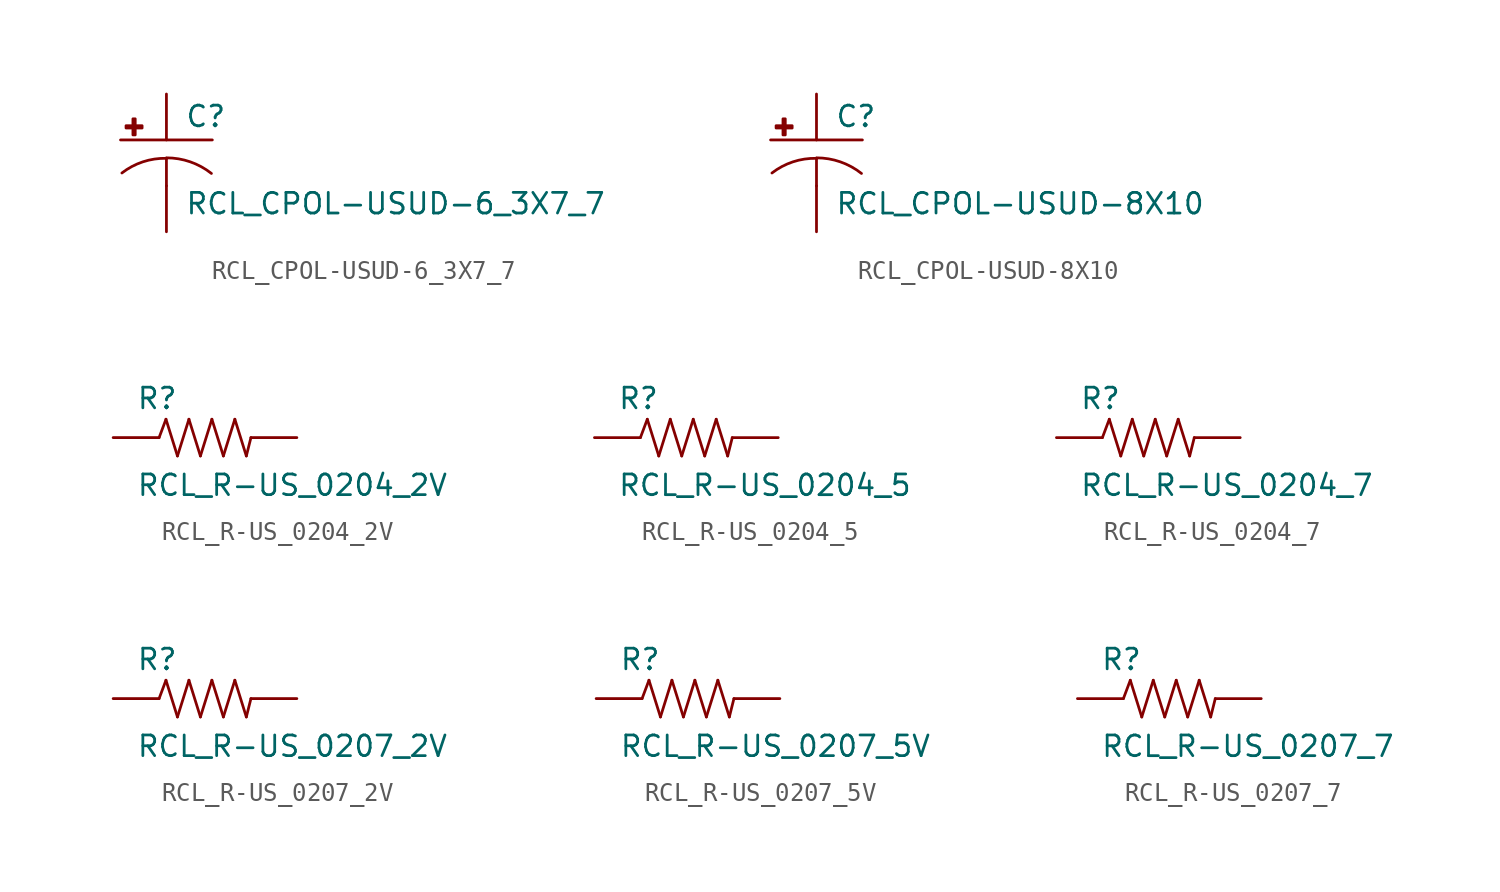
<source format=kicad_sym>
(kicad_symbol_lib
  (version 20210619)
  (generator kicad_symbol_editor)
  (symbol "RCL_CPOL-USUD-6_3X7_7"
    (pin_numbers hide)
    (pin_names
      (offset 1.016) hide)
    (property "Reference" "C"
      (at 1.016 0.635 0)
      (effects (font (size 1.143 1.143)) (justify left bottom)))
    (property "Value" "RCL_CPOL-USUD-6_3X7_7"
      (at 1.016 -4.191 0)
      (effects (font (size 1.143 1.143)) (justify left bottom)))
    (property "ki_locked" ""
      (at 0 0 0)
      (effects (font (size 1.27 1.27))))
    (symbol "RCL_CPOL-USUD-6_3X7_7_1_0"
      (polyline (pts (xy -2.54 0) (xy 2.54 0)) (stroke (width 0)) (fill (type none)))
      (polyline (pts (xy 0 -1.016) (xy 0 -2.54)) (stroke (width 0)) (fill (type none)))
      (polyline (pts (xy 0 -1.016) (xy 0 -1.016)) (stroke (width 0)) (fill (type none))))
    (symbol "RCL_CPOL-USUD-6_3X7_7_1_1"
      (arc (start 0 -1.016) (end -2.4638 -1.8288) (radius (at 0 -5.0546) (length 4.0386) (angles 90.1 127.3)) (stroke (width 0)) (fill (type none)))
      (arc (start 2.4892 -1.8542) (end 0 -0.9906) (radius (at 0 -5.0292) (length 4.0386) (angles 52.3 89.9)) (stroke (width 0)) (fill (type none)))
      (rectangle (start -2.235 0.66) (end -1.346 0.787) (stroke (width 0)) (fill (type outline)))
      (rectangle (start -1.854 0.279) (end -1.727 1.168) (stroke (width 0)) (fill (type outline)))
      (pin passive line (at 0 2.54 270) (length 2.54) (name "+" (effects (font (size 1.016 1.016)))) (number "+" (effects (font (size 1.016 1.016)))))
      (pin passive line (at 0 -5.08 90) (length 2.54) (name "-" (effects (font (size 1.016 1.016)))) (number "-" (effects (font (size 1.016 1.016)))))))
  (symbol "RCL_CPOL-USUD-8X10"
    (pin_numbers hide)
    (pin_names
      (offset 1.016) hide)
    (property "Reference" "C"
      (at 1.016 0.635 0)
      (effects (font (size 1.143 1.143)) (justify left bottom)))
    (property "Value" "RCL_CPOL-USUD-8X10"
      (at 1.016 -4.191 0)
      (effects (font (size 1.143 1.143)) (justify left bottom)))
    (property "ki_locked" ""
      (at 0 0 0)
      (effects (font (size 1.27 1.27))))
    (symbol "RCL_CPOL-USUD-8X10_1_0"
      (polyline (pts (xy -2.54 0) (xy 2.54 0)) (stroke (width 0)) (fill (type none)))
      (polyline (pts (xy 0 -1.016) (xy 0 -2.54)) (stroke (width 0)) (fill (type none)))
      (polyline (pts (xy 0 -1.016) (xy 0 -1.016)) (stroke (width 0)) (fill (type none))))
    (symbol "RCL_CPOL-USUD-8X10_1_1"
      (arc (start 0 -1.016) (end -2.4638 -1.8288) (radius (at 0 -5.0546) (length 4.0386) (angles 90.1 127.3)) (stroke (width 0)) (fill (type none)))
      (arc (start 2.4892 -1.8542) (end 0 -0.9906) (radius (at 0 -5.0292) (length 4.0386) (angles 52.3 89.9)) (stroke (width 0)) (fill (type none)))
      (rectangle (start -2.235 0.66) (end -1.346 0.787) (stroke (width 0)) (fill (type outline)))
      (rectangle (start -1.854 0.279) (end -1.727 1.168) (stroke (width 0)) (fill (type outline)))
      (pin passive line (at 0 2.54 270) (length 2.54) (name "+" (effects (font (size 1.016 1.016)))) (number "+" (effects (font (size 1.016 1.016)))))
      (pin passive line (at 0 -5.08 90) (length 2.54) (name "-" (effects (font (size 1.016 1.016)))) (number "-" (effects (font (size 1.016 1.016)))))))
  (symbol "RCL_R-US_0204_2V"
    (pin_numbers hide)
    (pin_names
      (offset 1.016) hide)
    (property "Reference" "R"
      (at -3.81 1.499 0)
      (effects (font (size 1.143 1.143)) (justify left bottom)))
    (property "Value" "RCL_R-US_0204_2V"
      (at -3.81 -3.302 0)
      (effects (font (size 1.143 1.143)) (justify left bottom)))
    (property "ki_locked" ""
      (at 0 0 0)
      (effects (font (size 1.27 1.27))))
    (symbol "RCL_R-US_0204_2V_1_0"
      (polyline (pts (xy -2.54 0) (xy -2.159 1.016)) (stroke (width 0)) (fill (type none)))
      (polyline (pts (xy -2.159 1.016) (xy -1.524 -1.016)) (stroke (width 0)) (fill (type none)))
      (polyline (pts (xy -1.524 -1.016) (xy -0.889 1.016)) (stroke (width 0)) (fill (type none)))
      (polyline (pts (xy -0.889 1.016) (xy -0.254 -1.016)) (stroke (width 0)) (fill (type none)))
      (polyline (pts (xy -0.254 -1.016) (xy 0.381 1.016)) (stroke (width 0)) (fill (type none)))
      (polyline (pts (xy 0.381 1.016) (xy 1.016 -1.016)) (stroke (width 0)) (fill (type none)))
      (polyline (pts (xy 1.016 -1.016) (xy 1.651 1.016)) (stroke (width 0)) (fill (type none)))
      (polyline (pts (xy 1.651 1.016) (xy 2.286 -1.016)) (stroke (width 0)) (fill (type none)))
      (polyline (pts (xy 2.286 -1.016) (xy 2.54 0)) (stroke (width 0)) (fill (type none))))
    (symbol "RCL_R-US_0204_2V_1_1"
      (pin passive line (at -5.08 0 0) (length 2.54) (name "1" (effects (font (size 1.016 1.016)))) (number "1" (effects (font (size 1.016 1.016)))))
      (pin passive line (at 5.08 0 180) (length 2.54) (name "2" (effects (font (size 1.016 1.016)))) (number "2" (effects (font (size 1.016 1.016)))))))
  (symbol "RCL_R-US_0204_5"
    (pin_numbers hide)
    (pin_names
      (offset 1.016) hide)
    (property "Reference" "R"
      (at -3.81 1.499 0)
      (effects (font (size 1.143 1.143)) (justify left bottom)))
    (property "Value" "RCL_R-US_0204_5"
      (at -3.81 -3.302 0)
      (effects (font (size 1.143 1.143)) (justify left bottom)))
    (property "ki_locked" ""
      (at 0 0 0)
      (effects (font (size 1.27 1.27))))
    (symbol "RCL_R-US_0204_5_1_0"
      (polyline (pts (xy -2.54 0) (xy -2.159 1.016)) (stroke (width 0)) (fill (type none)))
      (polyline (pts (xy -2.159 1.016) (xy -1.524 -1.016)) (stroke (width 0)) (fill (type none)))
      (polyline (pts (xy -1.524 -1.016) (xy -0.889 1.016)) (stroke (width 0)) (fill (type none)))
      (polyline (pts (xy -0.889 1.016) (xy -0.254 -1.016)) (stroke (width 0)) (fill (type none)))
      (polyline (pts (xy -0.254 -1.016) (xy 0.381 1.016)) (stroke (width 0)) (fill (type none)))
      (polyline (pts (xy 0.381 1.016) (xy 1.016 -1.016)) (stroke (width 0)) (fill (type none)))
      (polyline (pts (xy 1.016 -1.016) (xy 1.651 1.016)) (stroke (width 0)) (fill (type none)))
      (polyline (pts (xy 1.651 1.016) (xy 2.286 -1.016)) (stroke (width 0)) (fill (type none)))
      (polyline (pts (xy 2.286 -1.016) (xy 2.54 0)) (stroke (width 0)) (fill (type none))))
    (symbol "RCL_R-US_0204_5_1_1"
      (pin passive line (at -5.08 0 0) (length 2.54) (name "1" (effects (font (size 1.016 1.016)))) (number "1" (effects (font (size 1.016 1.016)))))
      (pin passive line (at 5.08 0 180) (length 2.54) (name "2" (effects (font (size 1.016 1.016)))) (number "2" (effects (font (size 1.016 1.016)))))))
  (symbol "RCL_R-US_0204_7"
    (pin_numbers hide)
    (pin_names
      (offset 1.016) hide)
    (property "Reference" "R"
      (at -3.81 1.499 0)
      (effects (font (size 1.143 1.143)) (justify left bottom)))
    (property "Value" "RCL_R-US_0204_7"
      (at -3.81 -3.302 0)
      (effects (font (size 1.143 1.143)) (justify left bottom)))
    (property "ki_locked" ""
      (at 0 0 0)
      (effects (font (size 1.27 1.27))))
    (symbol "RCL_R-US_0204_7_1_0"
      (polyline (pts (xy -2.54 0) (xy -2.159 1.016)) (stroke (width 0)) (fill (type none)))
      (polyline (pts (xy -2.159 1.016) (xy -1.524 -1.016)) (stroke (width 0)) (fill (type none)))
      (polyline (pts (xy -1.524 -1.016) (xy -0.889 1.016)) (stroke (width 0)) (fill (type none)))
      (polyline (pts (xy -0.889 1.016) (xy -0.254 -1.016)) (stroke (width 0)) (fill (type none)))
      (polyline (pts (xy -0.254 -1.016) (xy 0.381 1.016)) (stroke (width 0)) (fill (type none)))
      (polyline (pts (xy 0.381 1.016) (xy 1.016 -1.016)) (stroke (width 0)) (fill (type none)))
      (polyline (pts (xy 1.016 -1.016) (xy 1.651 1.016)) (stroke (width 0)) (fill (type none)))
      (polyline (pts (xy 1.651 1.016) (xy 2.286 -1.016)) (stroke (width 0)) (fill (type none)))
      (polyline (pts (xy 2.286 -1.016) (xy 2.54 0)) (stroke (width 0)) (fill (type none))))
    (symbol "RCL_R-US_0204_7_1_1"
      (pin passive line (at -5.08 0 0) (length 2.54) (name "1" (effects (font (size 1.016 1.016)))) (number "1" (effects (font (size 1.016 1.016)))))
      (pin passive line (at 5.08 0 180) (length 2.54) (name "2" (effects (font (size 1.016 1.016)))) (number "2" (effects (font (size 1.016 1.016)))))))
  (symbol "RCL_R-US_0207_2V"
    (pin_numbers hide)
    (pin_names
      (offset 1.016) hide)
    (property "Reference" "R"
      (at -3.81 1.499 0)
      (effects (font (size 1.143 1.143)) (justify left bottom)))
    (property "Value" "RCL_R-US_0207_2V"
      (at -3.81 -3.302 0)
      (effects (font (size 1.143 1.143)) (justify left bottom)))
    (property "ki_locked" ""
      (at 0 0 0)
      (effects (font (size 1.27 1.27))))
    (symbol "RCL_R-US_0207_2V_1_0"
      (polyline (pts (xy -2.54 0) (xy -2.159 1.016)) (stroke (width 0)) (fill (type none)))
      (polyline (pts (xy -2.159 1.016) (xy -1.524 -1.016)) (stroke (width 0)) (fill (type none)))
      (polyline (pts (xy -1.524 -1.016) (xy -0.889 1.016)) (stroke (width 0)) (fill (type none)))
      (polyline (pts (xy -0.889 1.016) (xy -0.254 -1.016)) (stroke (width 0)) (fill (type none)))
      (polyline (pts (xy -0.254 -1.016) (xy 0.381 1.016)) (stroke (width 0)) (fill (type none)))
      (polyline (pts (xy 0.381 1.016) (xy 1.016 -1.016)) (stroke (width 0)) (fill (type none)))
      (polyline (pts (xy 1.016 -1.016) (xy 1.651 1.016)) (stroke (width 0)) (fill (type none)))
      (polyline (pts (xy 1.651 1.016) (xy 2.286 -1.016)) (stroke (width 0)) (fill (type none)))
      (polyline (pts (xy 2.286 -1.016) (xy 2.54 0)) (stroke (width 0)) (fill (type none))))
    (symbol "RCL_R-US_0207_2V_1_1"
      (pin passive line (at -5.08 0 0) (length 2.54) (name "1" (effects (font (size 1.016 1.016)))) (number "1" (effects (font (size 1.016 1.016)))))
      (pin passive line (at 5.08 0 180) (length 2.54) (name "2" (effects (font (size 1.016 1.016)))) (number "2" (effects (font (size 1.016 1.016)))))))
  (symbol "RCL_R-US_0207_5V"
    (pin_numbers hide)
    (pin_names
      (offset 1.016) hide)
    (property "Reference" "R"
      (at -3.81 1.499 0)
      (effects (font (size 1.143 1.143)) (justify left bottom)))
    (property "Value" "RCL_R-US_0207_5V"
      (at -3.81 -3.302 0)
      (effects (font (size 1.143 1.143)) (justify left bottom)))
    (property "ki_locked" ""
      (at 0 0 0)
      (effects (font (size 1.27 1.27))))
    (symbol "RCL_R-US_0207_5V_1_0"
      (polyline (pts (xy -2.54 0) (xy -2.159 1.016)) (stroke (width 0)) (fill (type none)))
      (polyline (pts (xy -2.159 1.016) (xy -1.524 -1.016)) (stroke (width 0)) (fill (type none)))
      (polyline (pts (xy -1.524 -1.016) (xy -0.889 1.016)) (stroke (width 0)) (fill (type none)))
      (polyline (pts (xy -0.889 1.016) (xy -0.254 -1.016)) (stroke (width 0)) (fill (type none)))
      (polyline (pts (xy -0.254 -1.016) (xy 0.381 1.016)) (stroke (width 0)) (fill (type none)))
      (polyline (pts (xy 0.381 1.016) (xy 1.016 -1.016)) (stroke (width 0)) (fill (type none)))
      (polyline (pts (xy 1.016 -1.016) (xy 1.651 1.016)) (stroke (width 0)) (fill (type none)))
      (polyline (pts (xy 1.651 1.016) (xy 2.286 -1.016)) (stroke (width 0)) (fill (type none)))
      (polyline (pts (xy 2.286 -1.016) (xy 2.54 0)) (stroke (width 0)) (fill (type none))))
    (symbol "RCL_R-US_0207_5V_1_1"
      (pin passive line (at -5.08 0 0) (length 2.54) (name "1" (effects (font (size 1.016 1.016)))) (number "1" (effects (font (size 1.016 1.016)))))
      (pin passive line (at 5.08 0 180) (length 2.54) (name "2" (effects (font (size 1.016 1.016)))) (number "2" (effects (font (size 1.016 1.016)))))))
  (symbol "RCL_R-US_0207_7"
    (pin_numbers hide)
    (pin_names
      (offset 1.016) hide)
    (property "Reference" "R"
      (at -3.81 1.499 0)
      (effects (font (size 1.143 1.143)) (justify left bottom)))
    (property "Value" "RCL_R-US_0207_7"
      (at -3.81 -3.302 0)
      (effects (font (size 1.143 1.143)) (justify left bottom)))
    (property "ki_locked" ""
      (at 0 0 0)
      (effects (font (size 1.27 1.27))))
    (symbol "RCL_R-US_0207_7_1_0"
      (polyline (pts (xy -2.54 0) (xy -2.159 1.016)) (stroke (width 0)) (fill (type none)))
      (polyline (pts (xy -2.159 1.016) (xy -1.524 -1.016)) (stroke (width 0)) (fill (type none)))
      (polyline (pts (xy -1.524 -1.016) (xy -0.889 1.016)) (stroke (width 0)) (fill (type none)))
      (polyline (pts (xy -0.889 1.016) (xy -0.254 -1.016)) (stroke (width 0)) (fill (type none)))
      (polyline (pts (xy -0.254 -1.016) (xy 0.381 1.016)) (stroke (width 0)) (fill (type none)))
      (polyline (pts (xy 0.381 1.016) (xy 1.016 -1.016)) (stroke (width 0)) (fill (type none)))
      (polyline (pts (xy 1.016 -1.016) (xy 1.651 1.016)) (stroke (width 0)) (fill (type none)))
      (polyline (pts (xy 1.651 1.016) (xy 2.286 -1.016)) (stroke (width 0)) (fill (type none)))
      (polyline (pts (xy 2.286 -1.016) (xy 2.54 0)) (stroke (width 0)) (fill (type none))))
    (symbol "RCL_R-US_0207_7_1_1"
      (pin passive line (at -5.08 0 0) (length 2.54) (name "1" (effects (font (size 1.016 1.016)))) (number "1" (effects (font (size 1.016 1.016)))))
      (pin passive line (at 5.08 0 180) (length 2.54) (name "2" (effects (font (size 1.016 1.016)))) (number "2" (effects (font (size 1.016 1.016))))))))
</source>
